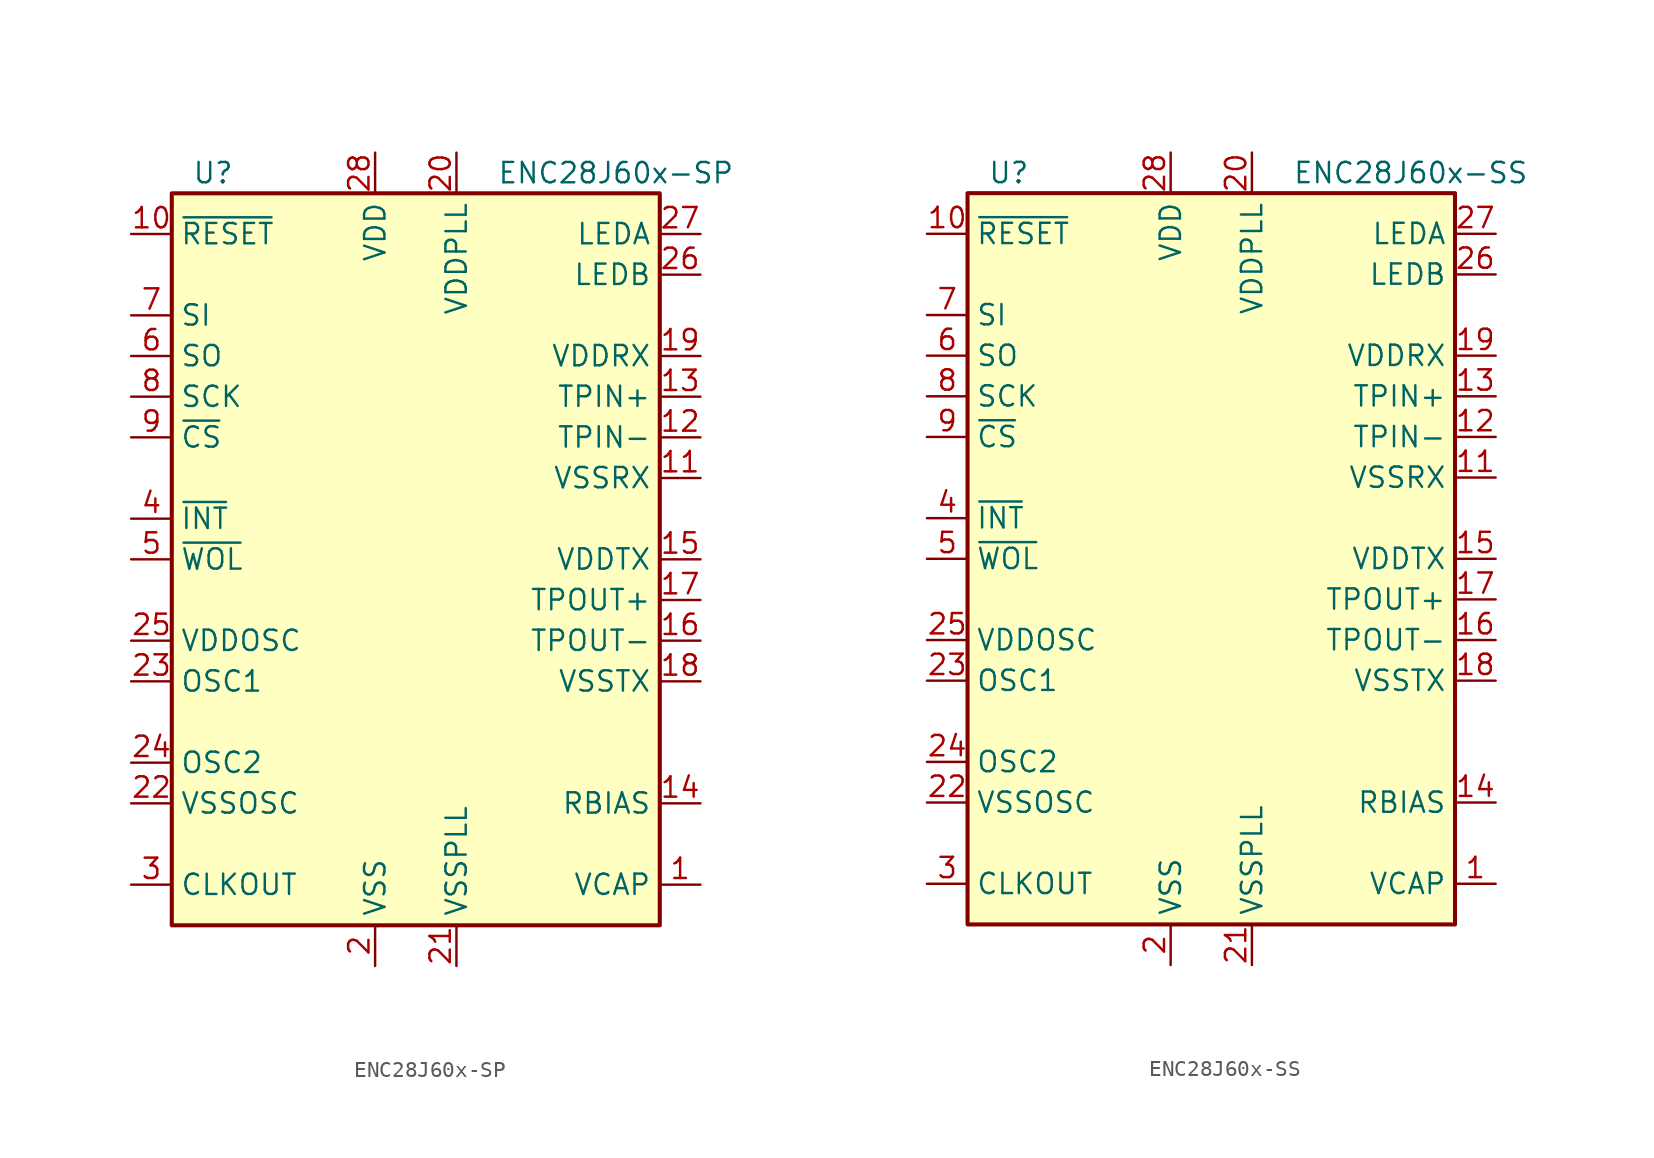
<source format=kicad_sym>
(kicad_symbol_lib
  (version 20201005)
  (generator kicad_symbol_editor)
  (symbol "Interface_Ethernet:ENC28J60x-SP"
    (property "Reference" "U"
      (at -13.97 24.13 0)
      (effects (font (size 1.27 1.27)) (justify left)))
    (property "Value" "ENC28J60x-SP"
      (at 5.08 24.13 0)
      (effects (font (size 1.27 1.27)) (justify left)))
    (symbol "ENC28J60x-SP_0_1"
      (rectangle (start -15.24 22.86) (end 15.24 -22.86) (stroke (width 0.254)) (fill (type background))))
    (symbol "ENC28J60x-SP_1_1"
      (pin input line (at 17.78 -20.32 180) (length 2.54) (name "VCAP" (effects (font (size 1.27 1.27)))) (number "1" (effects (font (size 1.27 1.27)))))
      (pin input line (at -17.78 20.32 0) (length 2.54) (name "~RESET" (effects (font (size 1.27 1.27)))) (number "10" (effects (font (size 1.27 1.27)))))
      (pin power_in line (at 17.78 5.08 180) (length 2.54) (name "VSSRX" (effects (font (size 1.27 1.27)))) (number "11" (effects (font (size 1.27 1.27)))))
      (pin input line (at 17.78 7.62 180) (length 2.54) (name "TPIN-" (effects (font (size 1.27 1.27)))) (number "12" (effects (font (size 1.27 1.27)))))
      (pin input line (at 17.78 10.16 180) (length 2.54) (name "TPIN+" (effects (font (size 1.27 1.27)))) (number "13" (effects (font (size 1.27 1.27)))))
      (pin input line (at 17.78 -15.24 180) (length 2.54) (name "RBIAS" (effects (font (size 1.27 1.27)))) (number "14" (effects (font (size 1.27 1.27)))))
      (pin power_in line (at 17.78 0 180) (length 2.54) (name "VDDTX" (effects (font (size 1.27 1.27)))) (number "15" (effects (font (size 1.27 1.27)))))
      (pin output line (at 17.78 -5.08 180) (length 2.54) (name "TPOUT-" (effects (font (size 1.27 1.27)))) (number "16" (effects (font (size 1.27 1.27)))))
      (pin output line (at 17.78 -2.54 180) (length 2.54) (name "TPOUT+" (effects (font (size 1.27 1.27)))) (number "17" (effects (font (size 1.27 1.27)))))
      (pin power_in line (at 17.78 -7.62 180) (length 2.54) (name "VSSTX" (effects (font (size 1.27 1.27)))) (number "18" (effects (font (size 1.27 1.27)))))
      (pin power_in line (at 17.78 12.7 180) (length 2.54) (name "VDDRX" (effects (font (size 1.27 1.27)))) (number "19" (effects (font (size 1.27 1.27)))))
      (pin power_in line (at -2.54 -25.4 90) (length 2.54) (name "VSS" (effects (font (size 1.27 1.27)))) (number "2" (effects (font (size 1.27 1.27)))))
      (pin power_in line (at 2.54 25.4 270) (length 2.54) (name "VDDPLL" (effects (font (size 1.27 1.27)))) (number "20" (effects (font (size 1.27 1.27)))))
      (pin power_in line (at 2.54 -25.4 90) (length 2.54) (name "VSSPLL" (effects (font (size 1.27 1.27)))) (number "21" (effects (font (size 1.27 1.27)))))
      (pin power_in line (at -17.78 -15.24 0) (length 2.54) (name "VSSOSC" (effects (font (size 1.27 1.27)))) (number "22" (effects (font (size 1.27 1.27)))))
      (pin input line (at -17.78 -7.62 0) (length 2.54) (name "OSC1" (effects (font (size 1.27 1.27)))) (number "23" (effects (font (size 1.27 1.27)))))
      (pin input line (at -17.78 -12.7 0) (length 2.54) (name "OSC2" (effects (font (size 1.27 1.27)))) (number "24" (effects (font (size 1.27 1.27)))))
      (pin power_in line (at -17.78 -5.08 0) (length 2.54) (name "VDDOSC" (effects (font (size 1.27 1.27)))) (number "25" (effects (font (size 1.27 1.27)))))
      (pin output line (at 17.78 17.78 180) (length 2.54) (name "LEDB" (effects (font (size 1.27 1.27)))) (number "26" (effects (font (size 1.27 1.27)))))
      (pin output line (at 17.78 20.32 180) (length 2.54) (name "LEDA" (effects (font (size 1.27 1.27)))) (number "27" (effects (font (size 1.27 1.27)))))
      (pin power_in line (at -2.54 25.4 270) (length 2.54) (name "VDD" (effects (font (size 1.27 1.27)))) (number "28" (effects (font (size 1.27 1.27)))))
      (pin output line (at -17.78 -20.32 0) (length 2.54) (name "CLKOUT" (effects (font (size 1.27 1.27)))) (number "3" (effects (font (size 1.27 1.27)))))
      (pin output line (at -17.78 2.54 0) (length 2.54) (name "~INT" (effects (font (size 1.27 1.27)))) (number "4" (effects (font (size 1.27 1.27)))))
      (pin output line (at -17.78 0 0) (length 2.54) (name "~WOL" (effects (font (size 1.27 1.27)))) (number "5" (effects (font (size 1.27 1.27)))))
      (pin output line (at -17.78 12.7 0) (length 2.54) (name "SO" (effects (font (size 1.27 1.27)))) (number "6" (effects (font (size 1.27 1.27)))))
      (pin input line (at -17.78 15.24 0) (length 2.54) (name "SI" (effects (font (size 1.27 1.27)))) (number "7" (effects (font (size 1.27 1.27)))))
      (pin input line (at -17.78 10.16 0) (length 2.54) (name "SCK" (effects (font (size 1.27 1.27)))) (number "8" (effects (font (size 1.27 1.27)))))
      (pin input line (at -17.78 7.62 0) (length 2.54) (name "~CS" (effects (font (size 1.27 1.27)))) (number "9" (effects (font (size 1.27 1.27)))))))
  (symbol "Interface_Ethernet:ENC28J60x-SS"
    (property "Reference" "U"
      (at -13.97 24.13 0)
      (effects (font (size 1.27 1.27)) (justify left)))
    (property "Value" "ENC28J60x-SS"
      (at 5.08 24.13 0)
      (effects (font (size 1.27 1.27)) (justify left)))
    (symbol "ENC28J60x-SS_0_1"
      (rectangle (start -15.24 22.86) (end 15.24 -22.86) (stroke (width 0.254)) (fill (type background))))
    (symbol "ENC28J60x-SS_1_1"
      (pin input line (at 17.78 -20.32 180) (length 2.54) (name "VCAP" (effects (font (size 1.27 1.27)))) (number "1" (effects (font (size 1.27 1.27)))))
      (pin input line (at -17.78 20.32 0) (length 2.54) (name "~RESET" (effects (font (size 1.27 1.27)))) (number "10" (effects (font (size 1.27 1.27)))))
      (pin power_in line (at 17.78 5.08 180) (length 2.54) (name "VSSRX" (effects (font (size 1.27 1.27)))) (number "11" (effects (font (size 1.27 1.27)))))
      (pin input line (at 17.78 7.62 180) (length 2.54) (name "TPIN-" (effects (font (size 1.27 1.27)))) (number "12" (effects (font (size 1.27 1.27)))))
      (pin input line (at 17.78 10.16 180) (length 2.54) (name "TPIN+" (effects (font (size 1.27 1.27)))) (number "13" (effects (font (size 1.27 1.27)))))
      (pin input line (at 17.78 -15.24 180) (length 2.54) (name "RBIAS" (effects (font (size 1.27 1.27)))) (number "14" (effects (font (size 1.27 1.27)))))
      (pin power_in line (at 17.78 0 180) (length 2.54) (name "VDDTX" (effects (font (size 1.27 1.27)))) (number "15" (effects (font (size 1.27 1.27)))))
      (pin output line (at 17.78 -5.08 180) (length 2.54) (name "TPOUT-" (effects (font (size 1.27 1.27)))) (number "16" (effects (font (size 1.27 1.27)))))
      (pin output line (at 17.78 -2.54 180) (length 2.54) (name "TPOUT+" (effects (font (size 1.27 1.27)))) (number "17" (effects (font (size 1.27 1.27)))))
      (pin power_in line (at 17.78 -7.62 180) (length 2.54) (name "VSSTX" (effects (font (size 1.27 1.27)))) (number "18" (effects (font (size 1.27 1.27)))))
      (pin power_in line (at 17.78 12.7 180) (length 2.54) (name "VDDRX" (effects (font (size 1.27 1.27)))) (number "19" (effects (font (size 1.27 1.27)))))
      (pin power_in line (at -2.54 -25.4 90) (length 2.54) (name "VSS" (effects (font (size 1.27 1.27)))) (number "2" (effects (font (size 1.27 1.27)))))
      (pin power_in line (at 2.54 25.4 270) (length 2.54) (name "VDDPLL" (effects (font (size 1.27 1.27)))) (number "20" (effects (font (size 1.27 1.27)))))
      (pin power_in line (at 2.54 -25.4 90) (length 2.54) (name "VSSPLL" (effects (font (size 1.27 1.27)))) (number "21" (effects (font (size 1.27 1.27)))))
      (pin power_in line (at -17.78 -15.24 0) (length 2.54) (name "VSSOSC" (effects (font (size 1.27 1.27)))) (number "22" (effects (font (size 1.27 1.27)))))
      (pin input line (at -17.78 -7.62 0) (length 2.54) (name "OSC1" (effects (font (size 1.27 1.27)))) (number "23" (effects (font (size 1.27 1.27)))))
      (pin input line (at -17.78 -12.7 0) (length 2.54) (name "OSC2" (effects (font (size 1.27 1.27)))) (number "24" (effects (font (size 1.27 1.27)))))
      (pin power_in line (at -17.78 -5.08 0) (length 2.54) (name "VDDOSC" (effects (font (size 1.27 1.27)))) (number "25" (effects (font (size 1.27 1.27)))))
      (pin output line (at 17.78 17.78 180) (length 2.54) (name "LEDB" (effects (font (size 1.27 1.27)))) (number "26" (effects (font (size 1.27 1.27)))))
      (pin output line (at 17.78 20.32 180) (length 2.54) (name "LEDA" (effects (font (size 1.27 1.27)))) (number "27" (effects (font (size 1.27 1.27)))))
      (pin power_in line (at -2.54 25.4 270) (length 2.54) (name "VDD" (effects (font (size 1.27 1.27)))) (number "28" (effects (font (size 1.27 1.27)))))
      (pin output line (at -17.78 -20.32 0) (length 2.54) (name "CLKOUT" (effects (font (size 1.27 1.27)))) (number "3" (effects (font (size 1.27 1.27)))))
      (pin output line (at -17.78 2.54 0) (length 2.54) (name "~INT" (effects (font (size 1.27 1.27)))) (number "4" (effects (font (size 1.27 1.27)))))
      (pin output line (at -17.78 0 0) (length 2.54) (name "~WOL" (effects (font (size 1.27 1.27)))) (number "5" (effects (font (size 1.27 1.27)))))
      (pin output line (at -17.78 12.7 0) (length 2.54) (name "SO" (effects (font (size 1.27 1.27)))) (number "6" (effects (font (size 1.27 1.27)))))
      (pin input line (at -17.78 15.24 0) (length 2.54) (name "SI" (effects (font (size 1.27 1.27)))) (number "7" (effects (font (size 1.27 1.27)))))
      (pin input line (at -17.78 10.16 0) (length 2.54) (name "SCK" (effects (font (size 1.27 1.27)))) (number "8" (effects (font (size 1.27 1.27)))))
      (pin input line (at -17.78 7.62 0) (length 2.54) (name "~CS" (effects (font (size 1.27 1.27)))) (number "9" (effects (font (size 1.27 1.27))))))))
</source>
